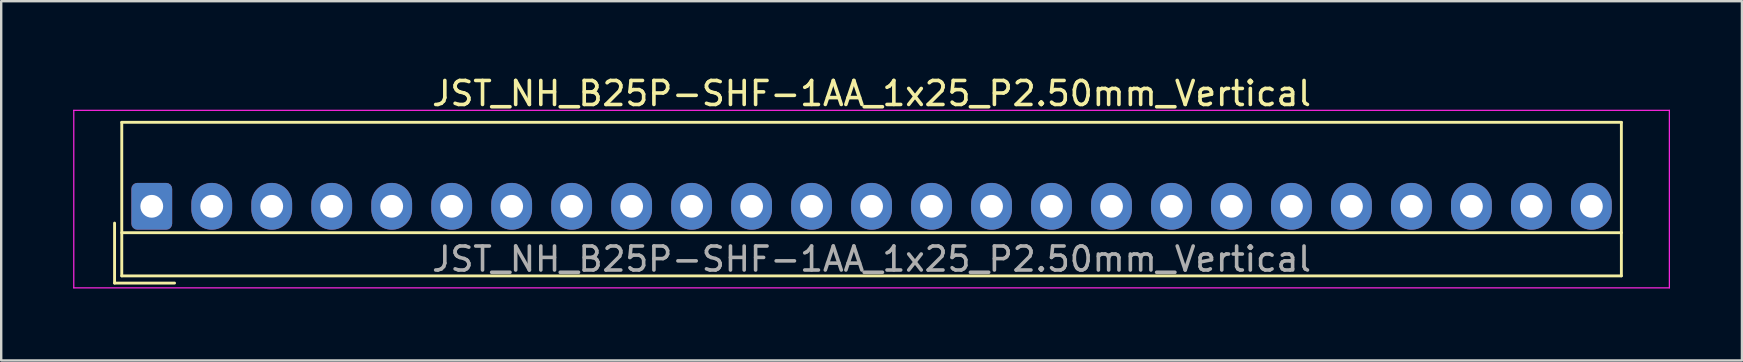
<source format=kicad_pcb>
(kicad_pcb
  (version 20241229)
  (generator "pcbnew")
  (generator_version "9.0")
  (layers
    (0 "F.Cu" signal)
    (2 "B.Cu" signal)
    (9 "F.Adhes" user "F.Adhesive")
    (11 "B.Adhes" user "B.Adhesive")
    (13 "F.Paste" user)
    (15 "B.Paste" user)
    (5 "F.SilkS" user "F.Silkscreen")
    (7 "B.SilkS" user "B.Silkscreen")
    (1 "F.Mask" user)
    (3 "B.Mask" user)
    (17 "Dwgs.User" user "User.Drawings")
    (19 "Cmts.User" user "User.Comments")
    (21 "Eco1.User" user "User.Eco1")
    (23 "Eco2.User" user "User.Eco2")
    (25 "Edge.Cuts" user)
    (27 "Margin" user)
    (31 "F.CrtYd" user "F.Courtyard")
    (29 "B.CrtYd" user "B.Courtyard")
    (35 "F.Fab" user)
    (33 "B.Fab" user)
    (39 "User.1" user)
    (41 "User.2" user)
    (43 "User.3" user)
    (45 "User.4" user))
  (footprint "JST_NH_B25P-SHF-1AA_1x25_P2.50mm_Vertical"
    (layer "F.Cu")
    (at 3.275 5.548)
    (property "Reference" "JST_NH_B25P-SHF-1AA_1x25_P2.50mm_Vertical" (at 30 -4.7 0) (layer "F.SilkS") (effects (font (size 1 1) (thickness 0.15))))
    (attr through_hole)
    (fp_line (start -1.55 0.7) (end -1.55 3.2) (stroke (width 0.12) (type solid)) (layer "F.SilkS"))
    (fp_line (start -1.55 3.2) (end 0.95 3.2) (stroke (width 0.12) (type solid)) (layer "F.SilkS"))
    (fp_line (start -1.25 -3.5) (end -1.25 2.9) (stroke (width 0.12) (type solid)) (layer "F.SilkS"))
    (fp_line (start -1.25 1.1) (end 61.25 1.1) (stroke (width 0.12) (type solid)) (layer "F.SilkS"))
    (fp_line (start -1.25 2.9) (end 61.25 2.9) (stroke (width 0.12) (type solid)) (layer "F.SilkS"))
    (fp_line (start 61.25 -3.5) (end -1.25 -3.5) (stroke (width 0.12) (type solid)) (layer "F.SilkS"))
    (fp_line (start 61.25 2.9) (end 61.25 -3.5) (stroke (width 0.12) (type solid)) (layer "F.SilkS"))
    (fp_line (start -3.25 -4) (end -3.25 3.4) (stroke (width 0.05) (type solid)) (layer "F.CrtYd"))
    (fp_line (start -3.25 3.4) (end 63.25 3.4) (stroke (width 0.05) (type solid)) (layer "F.CrtYd"))
    (fp_line (start 63.25 -4) (end -3.25 -4) (stroke (width 0.05) (type solid)) (layer "F.CrtYd"))
    (fp_line (start 63.25 3.4) (end 63.25 -4) (stroke (width 0.05) (type solid)) (layer "F.CrtYd"))
    (fp_text user "${REFERENCE}" (at 30 2.2 0) (layer "F.Fab") (effects (font (size 1 1) (thickness 0.15))))
    (pad "1" thru_hole roundrect (at 0 0) (size 1.7 1.95) (drill 0.95) (layers "*.Cu" "*.Mask") (roundrect_rratio 0.147))
    (pad "2" thru_hole oval (at 2.5 0) (size 1.7 1.95) (drill 0.95) (layers "*.Cu" "*.Mask"))
    (pad "3" thru_hole oval (at 5 0) (size 1.7 1.95) (drill 0.95) (layers "*.Cu" "*.Mask"))
    (pad "4" thru_hole oval (at 7.5 0) (size 1.7 1.95) (drill 0.95) (layers "*.Cu" "*.Mask"))
    (pad "5" thru_hole oval (at 10 0) (size 1.7 1.95) (drill 0.95) (layers "*.Cu" "*.Mask"))
    (pad "6" thru_hole oval (at 12.5 0) (size 1.7 1.95) (drill 0.95) (layers "*.Cu" "*.Mask"))
    (pad "7" thru_hole oval (at 15 0) (size 1.7 1.95) (drill 0.95) (layers "*.Cu" "*.Mask"))
    (pad "8" thru_hole oval (at 17.5 0) (size 1.7 1.95) (drill 0.95) (layers "*.Cu" "*.Mask"))
    (pad "9" thru_hole oval (at 20 0) (size 1.7 1.95) (drill 0.95) (layers "*.Cu" "*.Mask"))
    (pad "10" thru_hole oval (at 22.5 0) (size 1.7 1.95) (drill 0.95) (layers "*.Cu" "*.Mask"))
    (pad "11" thru_hole oval (at 25 0) (size 1.7 1.95) (drill 0.95) (layers "*.Cu" "*.Mask"))
    (pad "12" thru_hole oval (at 27.5 0) (size 1.7 1.95) (drill 0.95) (layers "*.Cu" "*.Mask"))
    (pad "13" thru_hole oval (at 30 0) (size 1.7 1.95) (drill 0.95) (layers "*.Cu" "*.Mask"))
    (pad "14" thru_hole oval (at 32.5 0) (size 1.7 1.95) (drill 0.95) (layers "*.Cu" "*.Mask"))
    (pad "15" thru_hole oval (at 35 0) (size 1.7 1.95) (drill 0.95) (layers "*.Cu" "*.Mask"))
    (pad "16" thru_hole oval (at 37.5 0) (size 1.7 1.95) (drill 0.95) (layers "*.Cu" "*.Mask"))
    (pad "17" thru_hole oval (at 40 0) (size 1.7 1.95) (drill 0.95) (layers "*.Cu" "*.Mask"))
    (pad "18" thru_hole oval (at 42.5 0) (size 1.7 1.95) (drill 0.95) (layers "*.Cu" "*.Mask"))
    (pad "19" thru_hole oval (at 45 0) (size 1.7 1.95) (drill 0.95) (layers "*.Cu" "*.Mask"))
    (pad "20" thru_hole oval (at 47.5 0) (size 1.7 1.95) (drill 0.95) (layers "*.Cu" "*.Mask"))
    (pad "21" thru_hole oval (at 50 0) (size 1.7 1.95) (drill 0.95) (layers "*.Cu" "*.Mask"))
    (pad "22" thru_hole oval (at 52.5 0) (size 1.7 1.95) (drill 0.95) (layers "*.Cu" "*.Mask"))
    (pad "23" thru_hole oval (at 55 0) (size 1.7 1.95) (drill 0.95) (layers "*.Cu" "*.Mask"))
    (pad "24" thru_hole oval (at 57.5 0) (size 1.7 1.95) (drill 0.95) (layers "*.Cu" "*.Mask"))
    (pad "25" thru_hole oval (at 60 0) (size 1.7 1.95) (drill 0.95) (layers "*.Cu" "*.Mask")))
  (gr_rect
    (start -3 -3)
    (end 69.55 11.973)
    (stroke (width 0.1) (type default))
    (fill no)
    (layer "Edge.Cuts")))
</source>
